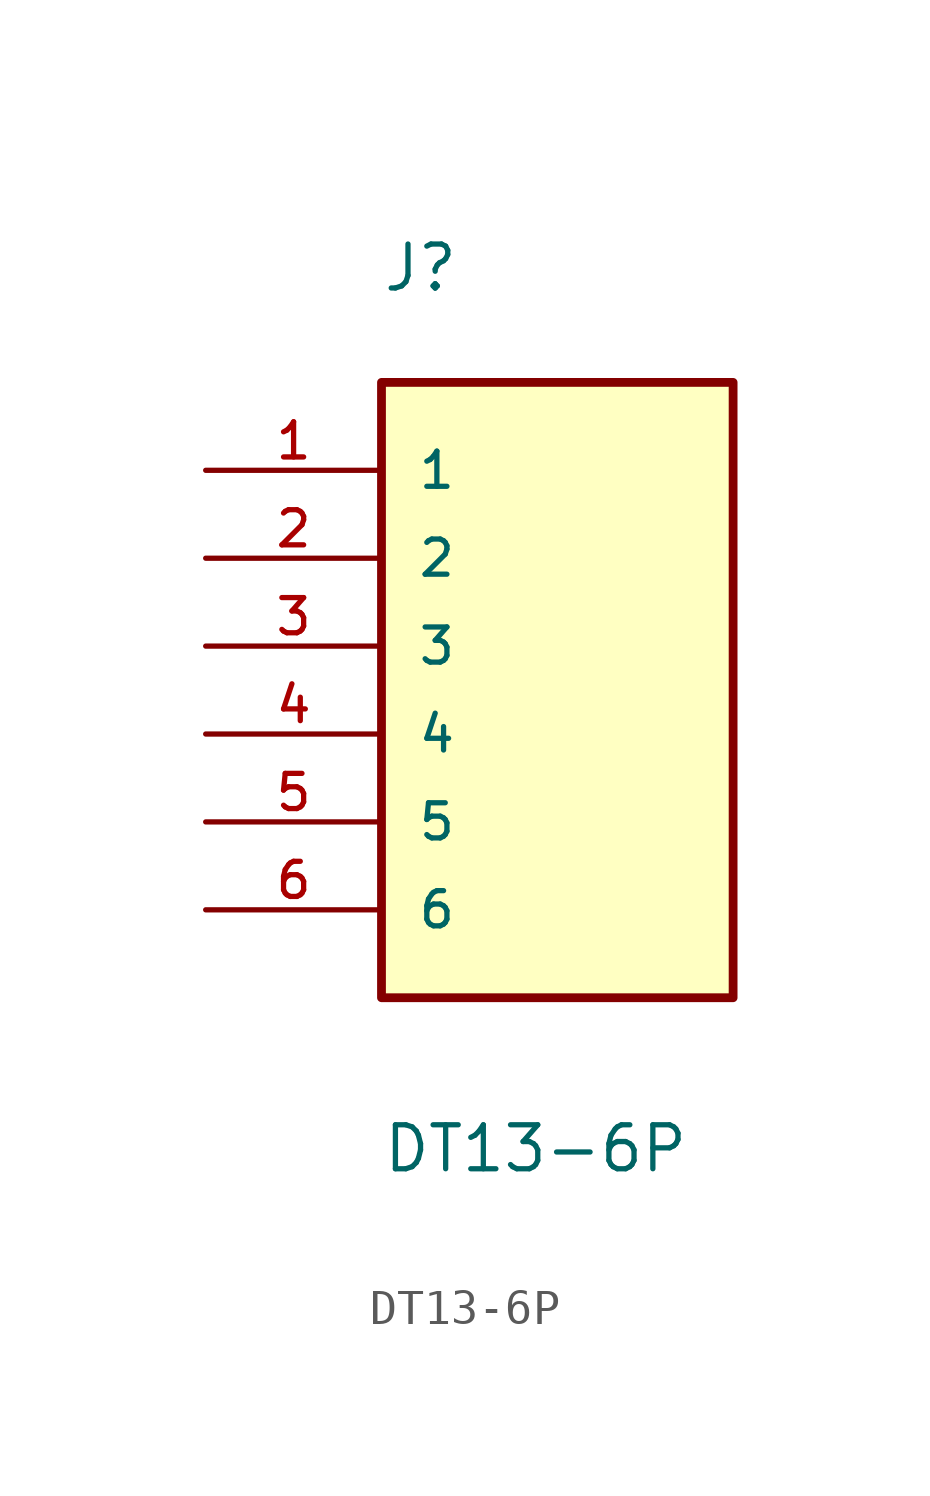
<source format=kicad_sym>
(kicad_symbol_lib
  (version 20231120)
  (generator "kicad_symbol_editor")
  (generator_version "8.0")
  (symbol "DT13-6P"
    (pin_names
      (offset 1.016))
    (property "Reference" "J"
      (at -5.08 12.725 0)
      (effects (font (size 1.27 1.27)) (justify left bottom)))
    (property "Value" "DT13-6P"
      (at -5.08 -12.725 0)
      (effects (font (size 1.27 1.27)) (justify left bottom)))
    (symbol "DT13-6P_0_0"
      (rectangle (start -5.08 10.16) (end 5.08 -7.62) (stroke (width 0.254) (type solid)) (fill (type background)))
      (pin passive line (at -10.16 7.62 0) (length 5.08) (name "1" (effects (font (size 1.016 1.016)))) (number "1" (effects (font (size 1.016 1.016)))))
      (pin passive line (at -10.16 5.08 0) (length 5.08) (name "2" (effects (font (size 1.016 1.016)))) (number "2" (effects (font (size 1.016 1.016)))))
      (pin passive line (at -10.16 2.54 0) (length 5.08) (name "3" (effects (font (size 1.016 1.016)))) (number "3" (effects (font (size 1.016 1.016)))))
      (pin passive line (at -10.16 0 0) (length 5.08) (name "4" (effects (font (size 1.016 1.016)))) (number "4" (effects (font (size 1.016 1.016)))))
      (pin passive line (at -10.16 -2.54 0) (length 5.08) (name "5" (effects (font (size 1.016 1.016)))) (number "5" (effects (font (size 1.016 1.016)))))
      (pin passive line (at -10.16 -5.08 0) (length 5.08) (name "6" (effects (font (size 1.016 1.016)))) (number "6" (effects (font (size 1.016 1.016))))))))
</source>
